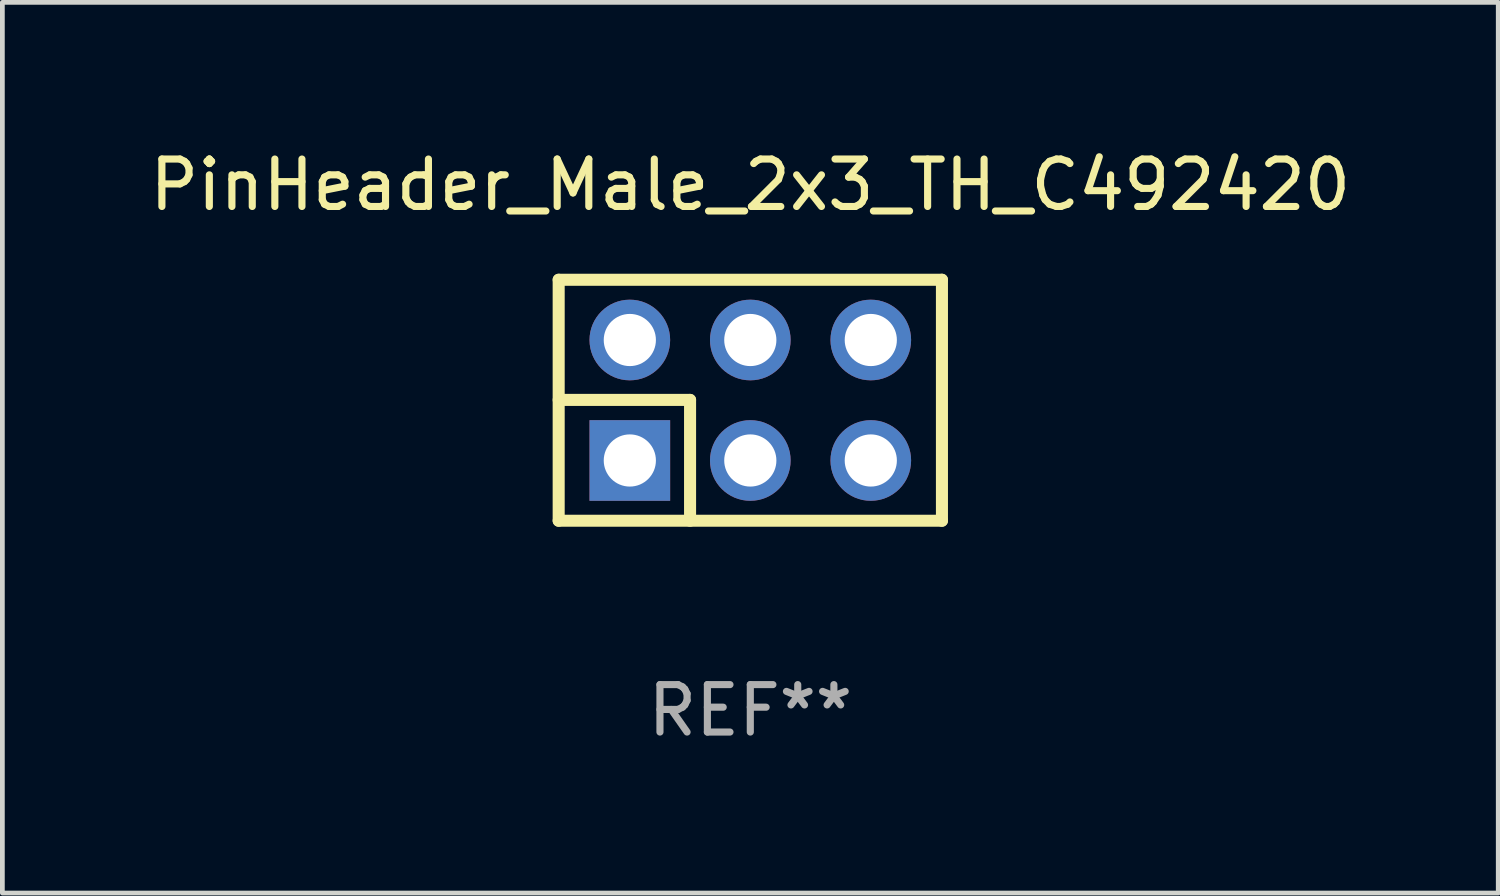
<source format=kicad_pcb>
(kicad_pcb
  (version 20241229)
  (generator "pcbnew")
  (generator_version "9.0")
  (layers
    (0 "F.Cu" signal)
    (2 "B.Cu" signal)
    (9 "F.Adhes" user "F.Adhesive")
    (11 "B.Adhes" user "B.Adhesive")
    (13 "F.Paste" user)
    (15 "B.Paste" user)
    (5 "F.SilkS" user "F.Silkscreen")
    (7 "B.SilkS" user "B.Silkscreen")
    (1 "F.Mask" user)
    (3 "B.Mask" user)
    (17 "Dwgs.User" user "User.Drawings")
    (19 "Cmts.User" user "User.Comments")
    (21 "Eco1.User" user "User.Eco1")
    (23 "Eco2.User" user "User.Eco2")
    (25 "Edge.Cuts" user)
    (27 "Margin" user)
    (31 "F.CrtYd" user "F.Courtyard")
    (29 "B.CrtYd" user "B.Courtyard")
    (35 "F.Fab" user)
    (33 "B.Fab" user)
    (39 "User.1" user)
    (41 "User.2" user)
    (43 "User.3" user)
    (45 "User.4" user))
  (footprint "PinHeader_Male_2x3_TH_C492420"
    (layer "F.Cu")
    (at 12.768 5.388)
    (property "Reference" "PinHeader_Male_2x3_TH_C492420" (at 0 -4.54 0) (layer "F.SilkS") (effects (font (size 1 1) (thickness 0.15))))
    (attr through_hole)
    (fp_line (start -4.04 -2.54) (end -4.04 2.54) (stroke (width 0.254) (type solid)) (layer "F.SilkS"))
    (fp_line (start -4.04 -2.54) (end 4.04 -2.54) (stroke (width 0.254) (type solid)) (layer "F.SilkS"))
    (fp_line (start -4.04 -0.007) (end -1.27 -0.007) (stroke (width 0.254) (type solid)) (layer "F.SilkS"))
    (fp_line (start -4.04 2.54) (end 4.04 2.54) (stroke (width 0.254) (type solid)) (layer "F.SilkS"))
    (fp_line (start -1.27 -0.007) (end -1.27 2.54) (stroke (width 0.254) (type solid)) (layer "F.SilkS"))
    (fp_line (start 4.04 -2.54) (end 4.04 2.54) (stroke (width 0.254) (type solid)) (layer "F.SilkS"))
    (fp_circle (center -3.81 2.5) (end -3.78 2.5) (stroke (width 0.06) (type solid)) (fill no) (layer "F.SilkS"))
    (fp_text user "REF**" (at 0 6.54 0) (layer "F.Fab") (effects (font (size 1 1) (thickness 0.15))))
    (pad "1" thru_hole rect (at -2.54 1.27) (size 1.7 1.7) (drill 1.1) (layers "*.Cu" "*.Mask"))
    (pad "2" thru_hole circle (at -2.54 -1.27) (size 1.7 1.7) (drill 1.1) (layers "*.Cu" "*.Mask"))
    (pad "3" thru_hole circle (at 0 1.27) (size 1.7 1.7) (drill 1.1) (layers "*.Cu" "*.Mask"))
    (pad "4" thru_hole circle (at 0 -1.27) (size 1.7 1.7) (drill 1.1) (layers "*.Cu" "*.Mask"))
    (pad "5" thru_hole circle (at 2.54 1.27) (size 1.7 1.7) (drill 1.1) (layers "*.Cu" "*.Mask"))
    (pad "6" thru_hole circle (at 2.54 -1.27) (size 1.7 1.7) (drill 1.1) (layers "*.Cu" "*.Mask")))
  (gr_rect
    (start -3 -3)
    (end 28.536 15.777)
    (stroke (width 0.1) (type default))
    (fill no)
    (layer "Edge.Cuts")))
</source>
